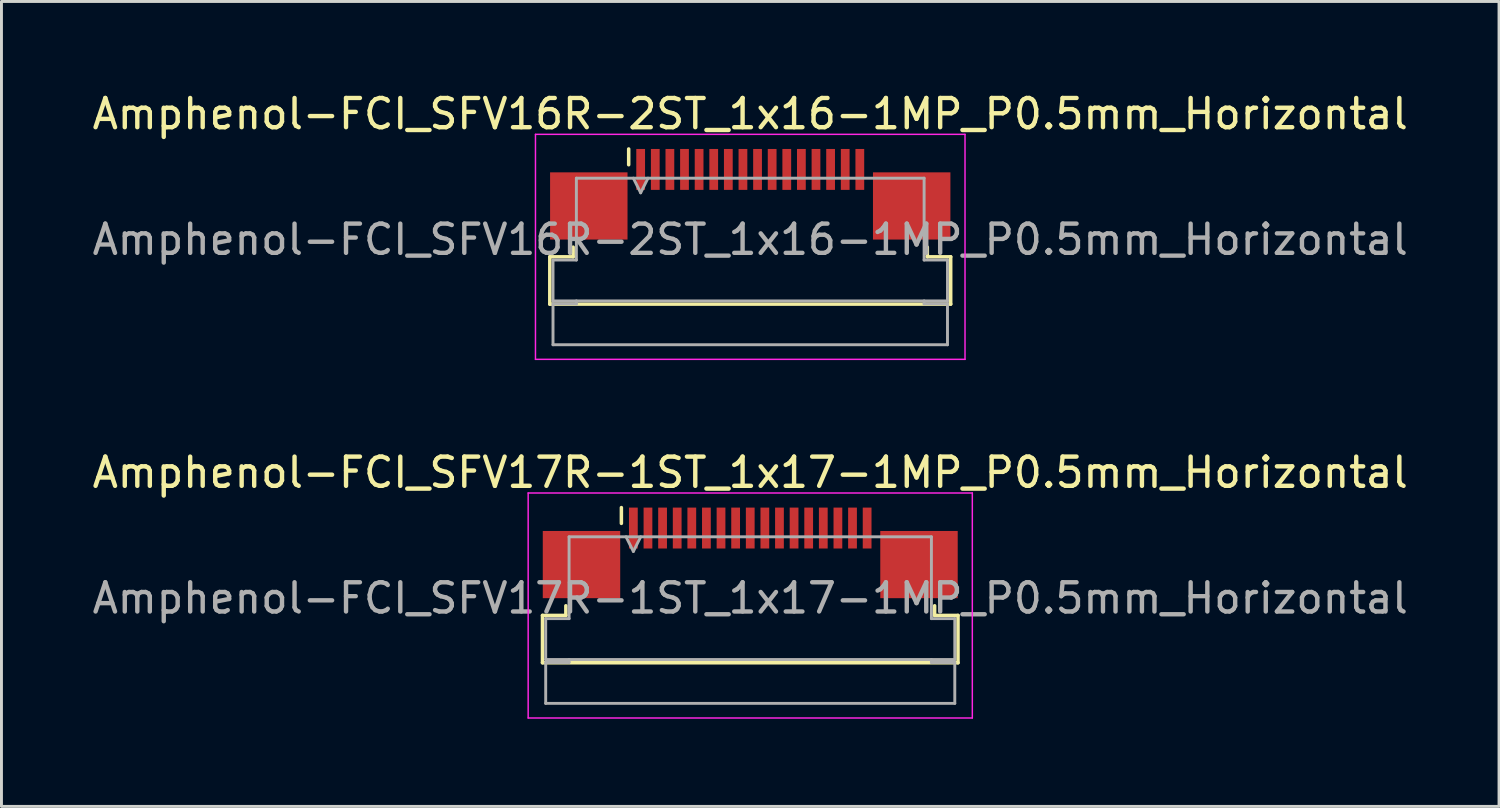
<source format=kicad_pcb>
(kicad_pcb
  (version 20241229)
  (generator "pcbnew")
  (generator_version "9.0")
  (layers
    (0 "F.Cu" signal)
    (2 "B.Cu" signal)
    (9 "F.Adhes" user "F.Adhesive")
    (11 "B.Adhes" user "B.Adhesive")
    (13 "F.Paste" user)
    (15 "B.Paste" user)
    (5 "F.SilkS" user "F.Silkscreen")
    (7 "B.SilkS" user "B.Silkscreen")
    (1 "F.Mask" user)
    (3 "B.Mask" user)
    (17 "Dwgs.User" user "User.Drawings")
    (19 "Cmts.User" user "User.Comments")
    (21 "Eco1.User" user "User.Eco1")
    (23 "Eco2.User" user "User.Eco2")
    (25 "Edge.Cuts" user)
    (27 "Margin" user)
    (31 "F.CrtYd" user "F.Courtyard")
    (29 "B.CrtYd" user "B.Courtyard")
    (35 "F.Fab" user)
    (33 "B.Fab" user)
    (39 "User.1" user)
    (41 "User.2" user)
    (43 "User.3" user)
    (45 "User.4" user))
  (footprint "Amphenol-FCI_SFV17R-1ST_1x17-1MP_P0.5mm_Horizontal"
    (layer "F.Cu")
    (at 22.625 17.021)
    (property "Reference" "Amphenol-FCI_SFV17R-1ST_1x17-1MP_P0.5mm_Horizontal" (at 0 -3.9 0) (layer "F.SilkS") (effects (font (size 1 1) (thickness 0.15))))
    (attr smd)
    (fp_line (start -7.11 0.99) (end -6.31 0.99) (stroke (width 0.12) (type solid)) (layer "F.SilkS"))
    (fp_line (start -7.11 2.61) (end -7.11 0.99) (stroke (width 0.12) (type solid)) (layer "F.SilkS"))
    (fp_line (start -6.31 0.99) (end -6.31 0.66) (stroke (width 0.12) (type solid)) (layer "F.SilkS"))
    (fp_line (start -4.41 -2.16) (end -4.41 -2.7) (stroke (width 0.12) (type solid)) (layer "F.SilkS"))
    (fp_line (start 6.31 0.66) (end 6.31 0.99) (stroke (width 0.12) (type solid)) (layer "F.SilkS"))
    (fp_line (start 6.31 0.99) (end 7.11 0.99) (stroke (width 0.12) (type solid)) (layer "F.SilkS"))
    (fp_line (start 7.11 0.99) (end 7.11 2.61) (stroke (width 0.12) (type solid)) (layer "F.SilkS"))
    (fp_line (start 7.11 2.61) (end -7.11 2.61) (stroke (width 0.12) (type solid)) (layer "F.SilkS"))
    (fp_line (start -7.6 -3.2) (end -7.6 4.5) (stroke (width 0.05) (type solid)) (layer "F.CrtYd"))
    (fp_line (start -7.6 4.5) (end 7.6 4.5) (stroke (width 0.05) (type solid)) (layer "F.CrtYd"))
    (fp_line (start 7.6 -3.2) (end -7.6 -3.2) (stroke (width 0.05) (type solid)) (layer "F.CrtYd"))
    (fp_line (start 7.6 4.5) (end 7.6 -3.2) (stroke (width 0.05) (type solid)) (layer "F.CrtYd"))
    (fp_line (start -7 1.1) (end -6.2 1.1) (stroke (width 0.1) (type solid)) (layer "F.Fab"))
    (fp_line (start -7 2.5) (end -7 1.1) (stroke (width 0.1) (type solid)) (layer "F.Fab"))
    (fp_line (start -7 2.6) (end -6.2 2.6) (stroke (width 0.1) (type solid)) (layer "F.Fab"))
    (fp_line (start -7 4) (end -7 2.6) (stroke (width 0.1) (type solid)) (layer "F.Fab"))
    (fp_line (start -6.2 -1.7) (end 6.2 -1.7) (stroke (width 0.1) (type solid)) (layer "F.Fab"))
    (fp_line (start -6.2 1.1) (end -6.2 -1.7) (stroke (width 0.1) (type solid)) (layer "F.Fab"))
    (fp_line (start -6.2 2.6) (end -6.2 2.5) (stroke (width 0.1) (type solid)) (layer "F.Fab"))
    (fp_line (start -4.25 -1.7) (end -4 -1.2) (stroke (width 0.1) (type solid)) (layer "F.Fab"))
    (fp_line (start -4 -1.2) (end -3.75 -1.7) (stroke (width 0.1) (type solid)) (layer "F.Fab"))
    (fp_line (start 6.2 -1.7) (end 6.2 1.1) (stroke (width 0.1) (type solid)) (layer "F.Fab"))
    (fp_line (start 6.2 1.1) (end 7 1.1) (stroke (width 0.1) (type solid)) (layer "F.Fab"))
    (fp_line (start 6.2 2.5) (end 6.2 2.6) (stroke (width 0.1) (type solid)) (layer "F.Fab"))
    (fp_line (start 6.2 2.6) (end 7 2.6) (stroke (width 0.1) (type solid)) (layer "F.Fab"))
    (fp_line (start 7 1.1) (end 7 2.5) (stroke (width 0.1) (type solid)) (layer "F.Fab"))
    (fp_line (start 7 2.5) (end -7 2.5) (stroke (width 0.1) (type solid)) (layer "F.Fab"))
    (fp_line (start 7 2.6) (end 7 4) (stroke (width 0.1) (type solid)) (layer "F.Fab"))
    (fp_line (start 7 4) (end -7 4) (stroke (width 0.1) (type solid)) (layer "F.Fab"))
    (fp_text user "${REFERENCE}" (at 0 0.4 0) (layer "F.Fab") (effects (font (size 1 1) (thickness 0.15))))
    (pad "1" smd rect (at -4 -2) (size 0.3 1.4) (layers "F.Cu" "F.Mask" "F.Paste"))
    (pad "2" smd rect (at -3.5 -2) (size 0.3 1.4) (layers "F.Cu" "F.Mask" "F.Paste"))
    (pad "3" smd rect (at -3 -2) (size 0.3 1.4) (layers "F.Cu" "F.Mask" "F.Paste"))
    (pad "4" smd rect (at -2.5 -2) (size 0.3 1.4) (layers "F.Cu" "F.Mask" "F.Paste"))
    (pad "5" smd rect (at -2 -2) (size 0.3 1.4) (layers "F.Cu" "F.Mask" "F.Paste"))
    (pad "6" smd rect (at -1.5 -2) (size 0.3 1.4) (layers "F.Cu" "F.Mask" "F.Paste"))
    (pad "7" smd rect (at -1 -2) (size 0.3 1.4) (layers "F.Cu" "F.Mask" "F.Paste"))
    (pad "8" smd rect (at -0.5 -2) (size 0.3 1.4) (layers "F.Cu" "F.Mask" "F.Paste"))
    (pad "9" smd rect (at 0 -2) (size 0.3 1.4) (layers "F.Cu" "F.Mask" "F.Paste"))
    (pad "10" smd rect (at 0.5 -2) (size 0.3 1.4) (layers "F.Cu" "F.Mask" "F.Paste"))
    (pad "11" smd rect (at 1 -2) (size 0.3 1.4) (layers "F.Cu" "F.Mask" "F.Paste"))
    (pad "12" smd rect (at 1.5 -2) (size 0.3 1.4) (layers "F.Cu" "F.Mask" "F.Paste"))
    (pad "13" smd rect (at 2 -2) (size 0.3 1.4) (layers "F.Cu" "F.Mask" "F.Paste"))
    (pad "14" smd rect (at 2.5 -2) (size 0.3 1.4) (layers "F.Cu" "F.Mask" "F.Paste"))
    (pad "15" smd rect (at 3 -2) (size 0.3 1.4) (layers "F.Cu" "F.Mask" "F.Paste"))
    (pad "16" smd rect (at 3.5 -2) (size 0.3 1.4) (layers "F.Cu" "F.Mask" "F.Paste"))
    (pad "17" smd rect (at 4 -2) (size 0.3 1.4) (layers "F.Cu" "F.Mask" "F.Paste"))
    (pad "MP" smd rect (at -5.775 -0.75) (size 2.65 2.3) (layers "F.Cu" "F.Mask" "F.Paste"))
    (pad "MP" smd rect (at 5.775 -0.75) (size 2.65 2.3) (layers "F.Cu" "F.Mask" "F.Paste")))
  (footprint "Amphenol-FCI_SFV16R-2ST_1x16-1MP_P0.5mm_Horizontal"
    (layer "F.Cu")
    (at 22.625 4.748)
    (property "Reference" "Amphenol-FCI_SFV16R-2ST_1x16-1MP_P0.5mm_Horizontal" (at 0 -3.9 0) (layer "F.SilkS") (effects (font (size 1 1) (thickness 0.15))))
    (attr smd)
    (fp_line (start -6.86 0.99) (end -6.06 0.99) (stroke (width 0.12) (type solid)) (layer "F.SilkS"))
    (fp_line (start -6.86 2.61) (end -6.86 0.99) (stroke (width 0.12) (type solid)) (layer "F.SilkS"))
    (fp_line (start -6.06 0.99) (end -6.06 0.66) (stroke (width 0.12) (type solid)) (layer "F.SilkS"))
    (fp_line (start -4.16 -2.16) (end -4.16 -2.7) (stroke (width 0.12) (type solid)) (layer "F.SilkS"))
    (fp_line (start 6.06 0.66) (end 6.06 0.99) (stroke (width 0.12) (type solid)) (layer "F.SilkS"))
    (fp_line (start 6.06 0.99) (end 6.86 0.99) (stroke (width 0.12) (type solid)) (layer "F.SilkS"))
    (fp_line (start 6.86 0.99) (end 6.86 2.61) (stroke (width 0.12) (type solid)) (layer "F.SilkS"))
    (fp_line (start 6.86 2.61) (end -6.86 2.61) (stroke (width 0.12) (type solid)) (layer "F.SilkS"))
    (fp_line (start -7.35 -3.2) (end -7.35 4.5) (stroke (width 0.05) (type solid)) (layer "F.CrtYd"))
    (fp_line (start -7.35 4.5) (end 7.35 4.5) (stroke (width 0.05) (type solid)) (layer "F.CrtYd"))
    (fp_line (start 7.35 -3.2) (end -7.35 -3.2) (stroke (width 0.05) (type solid)) (layer "F.CrtYd"))
    (fp_line (start 7.35 4.5) (end 7.35 -3.2) (stroke (width 0.05) (type solid)) (layer "F.CrtYd"))
    (fp_line (start -6.75 1.1) (end -5.95 1.1) (stroke (width 0.1) (type solid)) (layer "F.Fab"))
    (fp_line (start -6.75 2.5) (end -6.75 1.1) (stroke (width 0.1) (type solid)) (layer "F.Fab"))
    (fp_line (start -6.75 2.6) (end -5.95 2.6) (stroke (width 0.1) (type solid)) (layer "F.Fab"))
    (fp_line (start -6.75 4) (end -6.75 2.6) (stroke (width 0.1) (type solid)) (layer "F.Fab"))
    (fp_line (start -5.95 -1.7) (end 5.95 -1.7) (stroke (width 0.1) (type solid)) (layer "F.Fab"))
    (fp_line (start -5.95 1.1) (end -5.95 -1.7) (stroke (width 0.1) (type solid)) (layer "F.Fab"))
    (fp_line (start -5.95 2.6) (end -5.95 2.5) (stroke (width 0.1) (type solid)) (layer "F.Fab"))
    (fp_line (start -4 -1.7) (end -3.75 -1.2) (stroke (width 0.1) (type solid)) (layer "F.Fab"))
    (fp_line (start -3.75 -1.2) (end -3.5 -1.7) (stroke (width 0.1) (type solid)) (layer "F.Fab"))
    (fp_line (start 5.95 -1.7) (end 5.95 1.1) (stroke (width 0.1) (type solid)) (layer "F.Fab"))
    (fp_line (start 5.95 1.1) (end 6.75 1.1) (stroke (width 0.1) (type solid)) (layer "F.Fab"))
    (fp_line (start 5.95 2.5) (end 5.95 2.6) (stroke (width 0.1) (type solid)) (layer "F.Fab"))
    (fp_line (start 5.95 2.6) (end 6.75 2.6) (stroke (width 0.1) (type solid)) (layer "F.Fab"))
    (fp_line (start 6.75 1.1) (end 6.75 2.5) (stroke (width 0.1) (type solid)) (layer "F.Fab"))
    (fp_line (start 6.75 2.5) (end -6.75 2.5) (stroke (width 0.1) (type solid)) (layer "F.Fab"))
    (fp_line (start 6.75 2.6) (end 6.75 4) (stroke (width 0.1) (type solid)) (layer "F.Fab"))
    (fp_line (start 6.75 4) (end -6.75 4) (stroke (width 0.1) (type solid)) (layer "F.Fab"))
    (fp_text user "${REFERENCE}" (at 0 0.4 0) (layer "F.Fab") (effects (font (size 1 1) (thickness 0.15))))
    (pad "1" smd rect (at -3.75 -2) (size 0.3 1.4) (layers "F.Cu" "F.Mask" "F.Paste"))
    (pad "2" smd rect (at -3.25 -2) (size 0.3 1.4) (layers "F.Cu" "F.Mask" "F.Paste"))
    (pad "3" smd rect (at -2.75 -2) (size 0.3 1.4) (layers "F.Cu" "F.Mask" "F.Paste"))
    (pad "4" smd rect (at -2.25 -2) (size 0.3 1.4) (layers "F.Cu" "F.Mask" "F.Paste"))
    (pad "5" smd rect (at -1.75 -2) (size 0.3 1.4) (layers "F.Cu" "F.Mask" "F.Paste"))
    (pad "6" smd rect (at -1.25 -2) (size 0.3 1.4) (layers "F.Cu" "F.Mask" "F.Paste"))
    (pad "7" smd rect (at -0.75 -2) (size 0.3 1.4) (layers "F.Cu" "F.Mask" "F.Paste"))
    (pad "8" smd rect (at -0.25 -2) (size 0.3 1.4) (layers "F.Cu" "F.Mask" "F.Paste"))
    (pad "9" smd rect (at 0.25 -2) (size 0.3 1.4) (layers "F.Cu" "F.Mask" "F.Paste"))
    (pad "10" smd rect (at 0.75 -2) (size 0.3 1.4) (layers "F.Cu" "F.Mask" "F.Paste"))
    (pad "11" smd rect (at 1.25 -2) (size 0.3 1.4) (layers "F.Cu" "F.Mask" "F.Paste"))
    (pad "12" smd rect (at 1.75 -2) (size 0.3 1.4) (layers "F.Cu" "F.Mask" "F.Paste"))
    (pad "13" smd rect (at 2.25 -2) (size 0.3 1.4) (layers "F.Cu" "F.Mask" "F.Paste"))
    (pad "14" smd rect (at 2.75 -2) (size 0.3 1.4) (layers "F.Cu" "F.Mask" "F.Paste"))
    (pad "15" smd rect (at 3.25 -2) (size 0.3 1.4) (layers "F.Cu" "F.Mask" "F.Paste"))
    (pad "16" smd rect (at 3.75 -2) (size 0.3 1.4) (layers "F.Cu" "F.Mask" "F.Paste"))
    (pad "MP" smd rect (at -5.525 -0.75) (size 2.65 2.3) (layers "F.Cu" "F.Mask" "F.Paste"))
    (pad "MP" smd rect (at 5.525 -0.75) (size 2.65 2.3) (layers "F.Cu" "F.Mask" "F.Paste")))
  (gr_rect
    (start -3 -3)
    (end 48.25 24.547)
    (stroke (width 0.1) (type default))
    (fill no)
    (layer "Edge.Cuts")))
</source>
